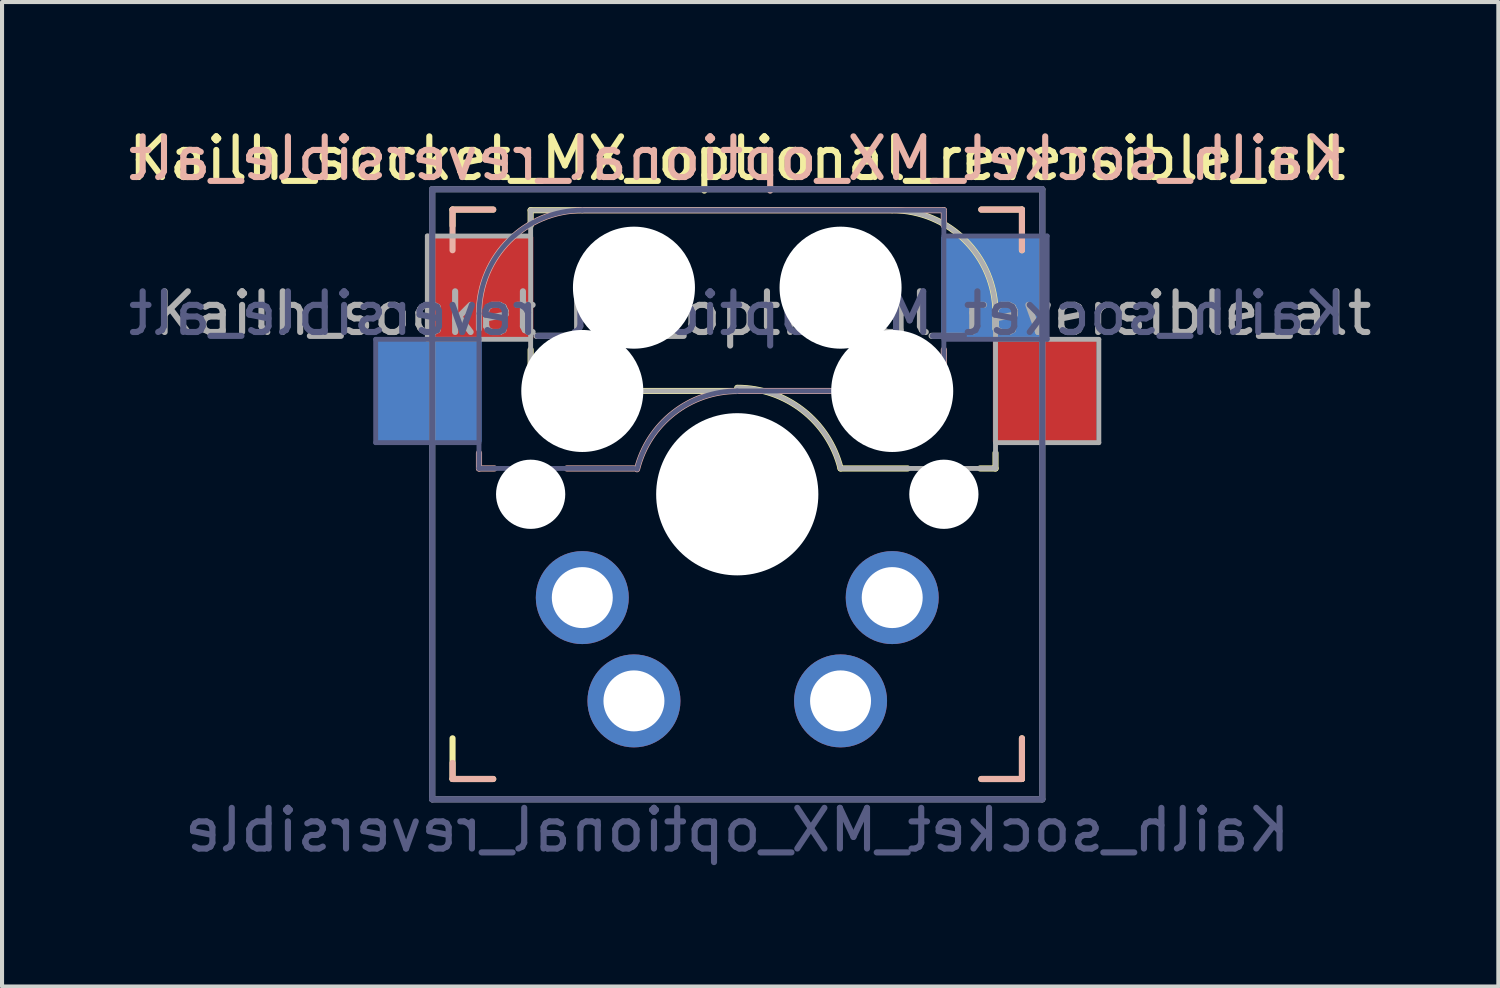
<source format=kicad_pcb>
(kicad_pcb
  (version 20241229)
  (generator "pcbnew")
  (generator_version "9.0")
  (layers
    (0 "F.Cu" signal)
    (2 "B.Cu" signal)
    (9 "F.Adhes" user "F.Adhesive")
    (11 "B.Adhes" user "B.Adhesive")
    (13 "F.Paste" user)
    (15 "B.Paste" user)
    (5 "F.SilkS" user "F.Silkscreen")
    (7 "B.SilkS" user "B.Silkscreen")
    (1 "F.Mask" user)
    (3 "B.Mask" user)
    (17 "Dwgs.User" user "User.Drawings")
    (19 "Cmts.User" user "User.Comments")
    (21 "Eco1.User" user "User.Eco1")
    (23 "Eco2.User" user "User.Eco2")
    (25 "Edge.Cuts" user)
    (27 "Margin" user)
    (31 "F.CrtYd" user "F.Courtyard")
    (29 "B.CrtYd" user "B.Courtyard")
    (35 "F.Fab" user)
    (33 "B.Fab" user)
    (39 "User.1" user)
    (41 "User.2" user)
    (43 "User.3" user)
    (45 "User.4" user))
  (footprint "Kailh_socket_MX_optional_reversible_alt"
    (layer "F.Cu")
    (at 15.077 9.103)
    (property "Reference" "Kailh_socket_MX_optional_reversible_alt" (at 0 -8.255 0) (layer "F.SilkS") (effects (font (size 1 1) (thickness 0.15))))
    (property "Value" "Kailh_socket_MX_optional_reversible" (at 0 8.255 0) (layer "F.Fab") (hide yes) (effects (font (size 1 1) (thickness 0.15))))
    (attr smd)
    (fp_line (start -7 -7) (end -6 -7) (stroke (width 0.15) (type solid)) (layer "F.SilkS"))
    (fp_line (start -7 -6.604) (end -7 -7) (stroke (width 0.15) (type solid)) (layer "F.SilkS"))
    (fp_line (start -7 7) (end -7 6) (stroke (width 0.15) (type solid)) (layer "F.SilkS"))
    (fp_line (start -6 7) (end -7 7) (stroke (width 0.15) (type solid)) (layer "F.SilkS"))
    (fp_line (start -5.08 -6.985) (end -5.08 -6.604) (stroke (width 0.15) (type solid)) (layer "F.SilkS"))
    (fp_line (start -5.08 -3.556) (end -5.08 -3.175) (stroke (width 0.15) (type solid)) (layer "F.SilkS"))
    (fp_line (start -2.286 -2.54) (end 0 -2.54) (stroke (width 0.15) (type solid)) (layer "F.SilkS"))
    (fp_line (start 2.54 -0.635) (end 4.191 -0.635) (stroke (width 0.15) (type solid)) (layer "F.SilkS"))
    (fp_line (start 3.81 -6.985) (end -5.08 -6.985) (stroke (width 0.15) (type solid)) (layer "F.SilkS"))
    (fp_line (start 5.969 -0.635) (end 6.35 -0.635) (stroke (width 0.15) (type solid)) (layer "F.SilkS"))
    (fp_line (start 6 -7) (end 7 -7) (stroke (width 0.15) (type solid)) (layer "F.SilkS"))
    (fp_line (start 6.35 -4.445) (end 6.35 -4.064) (stroke (width 0.15) (type solid)) (layer "F.SilkS"))
    (fp_line (start 6.35 -0.635) (end 6.35 -1.016) (stroke (width 0.15) (type solid)) (layer "F.SilkS"))
    (fp_line (start 7 -7) (end 7 -6) (stroke (width 0.15) (type solid)) (layer "F.SilkS"))
    (fp_line (start 7 6) (end 7 7) (stroke (width 0.15) (type solid)) (layer "F.SilkS"))
    (fp_line (start 7 7) (end 6 7) (stroke (width 0.15) (type solid)) (layer "F.SilkS"))
    (fp_arc (start 0.000001 -2.618171) (mid 1.611255 -2.063656) (end 2.539999 -0.634999) (stroke (width 0.15) (type solid)) (layer "F.SilkS"))
    (fp_arc (start 3.81 -6.985) (mid 5.606051 -6.241051) (end 6.35 -4.445) (stroke (width 0.15) (type solid)) (layer "F.SilkS"))
    (fp_line (start -7 -7) (end -6 -7) (stroke (width 0.15) (type solid)) (layer "B.SilkS"))
    (fp_line (start -7 -6) (end -7 -7) (stroke (width 0.15) (type solid)) (layer "B.SilkS"))
    (fp_line (start -7 7) (end -7 6.604) (stroke (width 0.15) (type solid)) (layer "B.SilkS"))
    (fp_line (start -6.35 -4.445) (end -6.35 -4.064) (stroke (width 0.15) (type solid)) (layer "B.SilkS"))
    (fp_line (start -6.35 -1.016) (end -6.35 -0.635) (stroke (width 0.15) (type solid)) (layer "B.SilkS"))
    (fp_line (start -6.35 -0.635) (end -5.969 -0.635) (stroke (width 0.15) (type solid)) (layer "B.SilkS"))
    (fp_line (start -6 7) (end -7 7) (stroke (width 0.15) (type solid)) (layer "B.SilkS"))
    (fp_line (start -4.191 -0.635) (end -2.54 -0.635) (stroke (width 0.15) (type solid)) (layer "B.SilkS"))
    (fp_line (start 0 -2.54) (end 2.286 -2.54) (stroke (width 0.15) (type solid)) (layer "B.SilkS"))
    (fp_line (start 5.08 -6.985) (end -3.81 -6.985) (stroke (width 0.15) (type solid)) (layer "B.SilkS"))
    (fp_line (start 5.08 -6.604) (end 5.08 -6.985) (stroke (width 0.15) (type solid)) (layer "B.SilkS"))
    (fp_line (start 5.08 -3.175) (end 5.08 -3.556) (stroke (width 0.15) (type solid)) (layer "B.SilkS"))
    (fp_line (start 6 -7) (end 7 -7) (stroke (width 0.15) (type solid)) (layer "B.SilkS"))
    (fp_line (start 7 -7) (end 7 -6) (stroke (width 0.15) (type solid)) (layer "B.SilkS"))
    (fp_line (start 7 6) (end 7 7) (stroke (width 0.15) (type solid)) (layer "B.SilkS"))
    (fp_line (start 7 7) (end 6 7) (stroke (width 0.15) (type solid)) (layer "B.SilkS"))
    (fp_arc (start -6.35 -4.445) (mid -5.606051 -6.241051) (end -3.81 -6.985) (stroke (width 0.15) (type solid)) (layer "B.SilkS"))
    (fp_arc (start -2.464162 -0.61604) (mid -1.563147 -2.002042) (end 0 -2.54) (stroke (width 0.15) (type solid)) (layer "B.SilkS"))
    (fp_line (start -6.9 6.9) (end -6.9 -6.9) (stroke (width 0.15) (type solid)) (layer "Eco2.User"))
    (fp_line (start -6.9 6.9) (end 6.9 6.9) (stroke (width 0.15) (type solid)) (layer "Eco2.User"))
    (fp_line (start 6.9 -6.9) (end -6.9 -6.9) (stroke (width 0.15) (type solid)) (layer "Eco2.User"))
    (fp_line (start 6.9 -6.9) (end 6.9 6.9) (stroke (width 0.15) (type solid)) (layer "Eco2.User"))
    (fp_line (start -8.89 -3.81) (end -8.89 -1.27) (stroke (width 0.12) (type solid)) (layer "B.Fab"))
    (fp_line (start -8.89 -1.27) (end -6.35 -1.27) (stroke (width 0.12) (type solid)) (layer "B.Fab"))
    (fp_line (start -7.5 -7.5) (end 7.5 -7.5) (stroke (width 0.15) (type solid)) (layer "B.Fab"))
    (fp_line (start -7.5 7.5) (end -7.5 -7.5) (stroke (width 0.15) (type solid)) (layer "B.Fab"))
    (fp_line (start -6.35 -4.445) (end -6.35 -0.635) (stroke (width 0.12) (type solid)) (layer "B.Fab"))
    (fp_line (start -6.35 -3.81) (end -8.89 -3.81) (stroke (width 0.12) (type solid)) (layer "B.Fab"))
    (fp_line (start -6.35 -0.635) (end -2.54 -0.635) (stroke (width 0.12) (type solid)) (layer "B.Fab"))
    (fp_line (start 0 -2.54) (end 5.08 -2.54) (stroke (width 0.12) (type solid)) (layer "B.Fab"))
    (fp_line (start 5.08 -6.985) (end -3.81 -6.985) (stroke (width 0.12) (type solid)) (layer "B.Fab"))
    (fp_line (start 5.08 -3.81) (end 7.62 -3.81) (stroke (width 0.12) (type solid)) (layer "B.Fab"))
    (fp_line (start 5.08 -2.54) (end 5.08 -6.985) (stroke (width 0.12) (type solid)) (layer "B.Fab"))
    (fp_line (start 7.5 -7.5) (end 7.5 7.5) (stroke (width 0.15) (type solid)) (layer "B.Fab"))
    (fp_line (start 7.5 7.5) (end -7.5 7.5) (stroke (width 0.15) (type solid)) (layer "B.Fab"))
    (fp_line (start 7.62 -6.35) (end 5.08 -6.35) (stroke (width 0.12) (type solid)) (layer "B.Fab"))
    (fp_line (start 7.62 -3.81) (end 7.62 -6.35) (stroke (width 0.12) (type solid)) (layer "B.Fab"))
    (fp_arc (start -6.35 -4.445) (mid -5.606051 -6.241051) (end -3.81 -6.985) (stroke (width 0.12) (type solid)) (layer "B.Fab"))
    (fp_arc (start -2.464162 -0.61604) (mid -1.563147 -2.002042) (end 0 -2.54) (stroke (width 0.12) (type solid)) (layer "B.Fab"))
    (fp_line (start -7.62 -6.35) (end -7.62 -3.81) (stroke (width 0.12) (type solid)) (layer "F.Fab"))
    (fp_line (start -7.62 -3.81) (end -5.08 -3.81) (stroke (width 0.12) (type solid)) (layer "F.Fab"))
    (fp_line (start -7.5 -7.5) (end 7.5 -7.5) (stroke (width 0.15) (type solid)) (layer "F.Fab"))
    (fp_line (start -7.5 7.5) (end -7.5 -7.5) (stroke (width 0.15) (type solid)) (layer "F.Fab"))
    (fp_line (start -5.08 -6.985) (end -5.08 -2.54) (stroke (width 0.12) (type solid)) (layer "F.Fab"))
    (fp_line (start -5.08 -6.35) (end -7.62 -6.35) (stroke (width 0.12) (type solid)) (layer "F.Fab"))
    (fp_line (start -5.08 -2.54) (end 0 -2.54) (stroke (width 0.12) (type solid)) (layer "F.Fab"))
    (fp_line (start 2.54 -0.635) (end 6.35 -0.635) (stroke (width 0.12) (type solid)) (layer "F.Fab"))
    (fp_line (start 3.81 -6.985) (end -5.08 -6.985) (stroke (width 0.12) (type solid)) (layer "F.Fab"))
    (fp_line (start 6.35 -1.27) (end 8.89 -1.27) (stroke (width 0.12) (type solid)) (layer "F.Fab"))
    (fp_line (start 6.35 -0.635) (end 6.35 -4.445) (stroke (width 0.12) (type solid)) (layer "F.Fab"))
    (fp_line (start 7.5 -7.5) (end 7.5 7.5) (stroke (width 0.15) (type solid)) (layer "F.Fab"))
    (fp_line (start 7.5 7.5) (end -7.5 7.5) (stroke (width 0.15) (type solid)) (layer "F.Fab"))
    (fp_line (start 8.89 -3.81) (end 6.35 -3.81) (stroke (width 0.12) (type solid)) (layer "F.Fab"))
    (fp_line (start 8.89 -1.27) (end 8.89 -3.81) (stroke (width 0.12) (type solid)) (layer "F.Fab"))
    (fp_arc (start 0.000001 -2.618171) (mid 1.611255 -2.063656) (end 2.539999 -0.634999) (stroke (width 0.12) (type solid)) (layer "F.Fab"))
    (fp_arc (start 3.81 -6.985) (mid 5.606051 -6.241051) (end 6.35 -4.445) (stroke (width 0.12) (type solid)) (layer "F.Fab"))
    (fp_text user "${REFERENCE}" (at 0 -8.255 0) (layer "B.SilkS") (effects (font (size 1 1) (thickness 0.15)) (justify mirror)))
    (fp_text user "${REFERENCE}" (at 0 -4.445 0) (layer "B.Fab") (effects (font (size 1 1) (thickness 0.15)) (justify mirror)))
    (fp_text user "${VALUE}" (at 0 8.255 0) (layer "B.Fab") (effects (font (size 1 1) (thickness 0.15)) (justify mirror)))
    (fp_text user "${REFERENCE}" (at 0.635 -4.445 0) (layer "F.Fab") (effects (font (size 1 1) (thickness 0.15))))
    (pad "" np_thru_hole circle (at -5.08 0) (size 1.702 1.702) (drill 1.702) (layers "*.Cu" "*.Mask"))
    (pad "" np_thru_hole circle (at -3.81 -2.54 180) (size 3 3) (drill 3) (layers "*.Cu" "*.Mask"))
    (pad "" np_thru_hole circle (at -2.54 -5.08) (size 3 3) (drill 3) (layers "*.Cu" "*.Mask"))
    (pad "" np_thru_hole circle (at 0 0) (size 3.988 3.988) (drill 3.988) (layers "*.Cu" "*.Mask"))
    (pad "" np_thru_hole circle (at 2.54 -5.08 180) (size 3 3) (drill 3) (layers "*.Cu" "*.Mask"))
    (pad "" np_thru_hole circle (at 3.81 -2.54) (size 3 3) (drill 3) (layers "*.Cu" "*.Mask"))
    (pad "" np_thru_hole circle (at 5.08 0) (size 1.702 1.702) (drill 1.702) (layers "*.Cu" "*.Mask"))
    (pad "1" smd rect (at -7.56 -2.54 180) (size 2.55 2.5) (layers "B.Cu" "B.Mask" "B.Paste"))
    (pad "1" smd rect (at -6.29 -5.08) (size 2.55 2.5) (layers "F.Cu" "F.Mask" "F.Paste"))
    (pad "1" thru_hole circle (at -3.81 2.54) (size 2.286 2.286) (drill 1.499) (layers "*.Cu" "*.Mask"))
    (pad "1" thru_hole circle (at -2.54 5.08 180) (size 2.286 2.286) (drill 1.499) (layers "*.Cu" "*.Mask"))
    (pad "2" thru_hole circle (at 2.54 5.08) (size 2.286 2.286) (drill 1.499) (layers "*.Cu" "*.Mask"))
    (pad "2" thru_hole circle (at 3.81 2.54 180) (size 2.286 2.286) (drill 1.499) (layers "*.Cu" "*.Mask"))
    (pad "2" smd rect (at 6.29 -5.08 180) (size 2.55 2.5) (layers "B.Cu" "B.Mask" "B.Paste"))
    (pad "2" smd rect (at 7.56 -2.54) (size 2.55 2.5) (layers "F.Cu" "F.Mask" "F.Paste")))
  (gr_rect
    (start -3 -3)
    (end 33.79 21.206)
    (stroke (width 0.1) (type default))
    (fill no)
    (layer "Edge.Cuts")))
</source>
